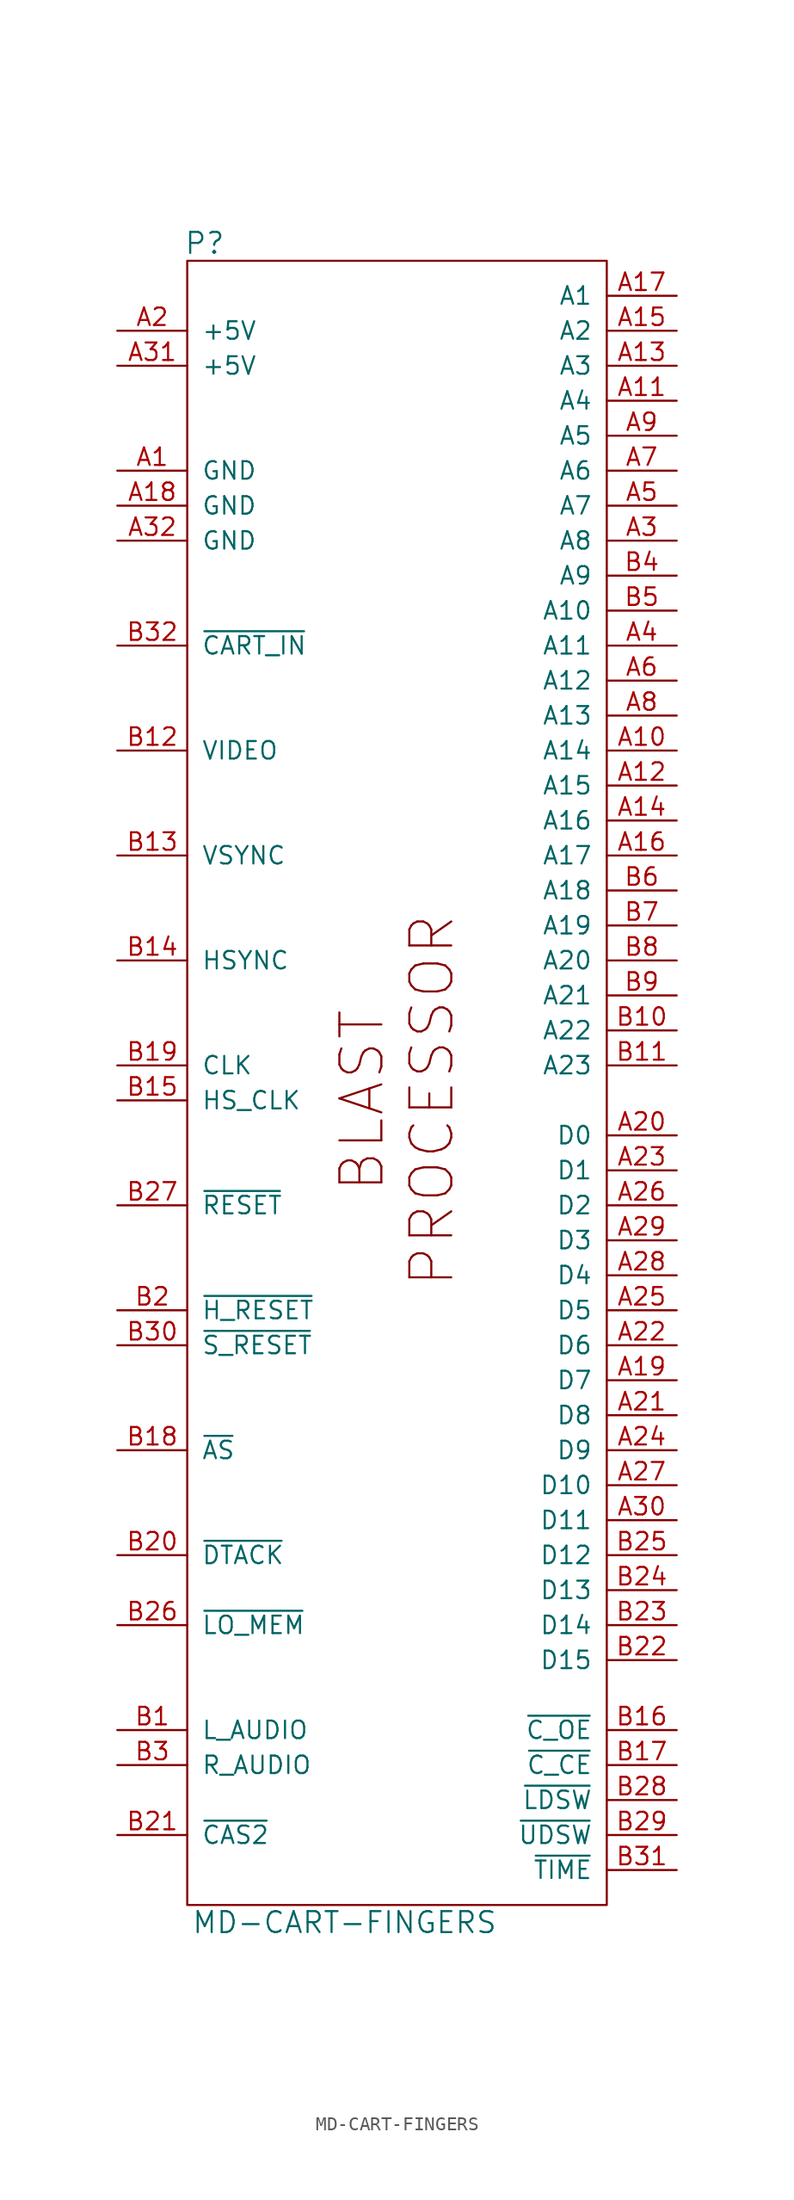
<source format=kicad_sym>
(kicad_symbol_lib
  (version 20241209)
  (generator "kicad_symbol_editor")
  (generator_version "9.0")
  (symbol "MD-CART-FINGERS"
    (pin_names
      (offset 1.016))
    (property "Reference" "P"
      (at -13.97 62.23 0)
      (effects (font (size 1.524 1.524))))
    (property "Value" "MD-CART-FINGERS"
      (at -3.81 -59.69 0)
      (effects (font (size 1.524 1.524))))
    (property "Footprint" ""
      (at -11.43 -17.78 0)
      (effects (font (size 1.524 1.524))))
    (property "Datasheet" ""
      (at -11.43 -17.78 0)
      (effects (font (size 1.524 1.524))))
    (symbol "MD-CART-FINGERS_0_0"
      (text "BLAST" (at -2.54 0 900) (effects (font (size 3.048 3.048))))
      (text "PROCESSOR" (at 2.54 0 900) (effects (font (size 3.048 3.048)))))
    (symbol "MD-CART-FINGERS_0_1"
      (rectangle (start -15.24 60.96) (end 15.24 -58.42) (stroke (width 0) (type default)) (fill (type none))))
    (symbol "MD-CART-FINGERS_1_1"
      (pin power_out line (at -20.32 55.88 0) (length 5.08) (name "+5V" (effects (font (size 1.27 1.27)))) (number "A2" (effects (font (size 1.27 1.27)))))
      (pin power_out line (at -20.32 53.34 0) (length 5.08) (name "+5V" (effects (font (size 1.27 1.27)))) (number "A31" (effects (font (size 1.27 1.27)))))
      (pin power_out line (at -20.32 45.72 0) (length 5.08) (name "GND" (effects (font (size 1.27 1.27)))) (number "A1" (effects (font (size 1.27 1.27)))))
      (pin power_out line (at -20.32 43.18 0) (length 5.08) (name "GND" (effects (font (size 1.27 1.27)))) (number "A18" (effects (font (size 1.27 1.27)))))
      (pin power_out line (at -20.32 40.64 0) (length 5.08) (name "GND" (effects (font (size 1.27 1.27)))) (number "A32" (effects (font (size 1.27 1.27)))))
      (pin input line (at -20.32 33.02 0) (length 5.08) (name "~{CART_IN}" (effects (font (size 1.27 1.27)))) (number "B32" (effects (font (size 1.27 1.27)))))
      (pin passive line (at -20.32 25.4 0) (length 5.08) (name "VIDEO" (effects (font (size 1.27 1.27)))) (number "B12" (effects (font (size 1.27 1.27)))))
      (pin output line (at -20.32 17.78 0) (length 5.08) (name "VSYNC" (effects (font (size 1.27 1.27)))) (number "B13" (effects (font (size 1.27 1.27)))))
      (pin output line (at -20.32 10.16 0) (length 5.08) (name "HSYNC" (effects (font (size 1.27 1.27)))) (number "B14" (effects (font (size 1.27 1.27)))))
      (pin output line (at -20.32 2.54 0) (length 5.08) (name "CLK" (effects (font (size 1.27 1.27)))) (number "B19" (effects (font (size 1.27 1.27)))))
      (pin output line (at -20.32 0 0) (length 5.08) (name "HS_CLK" (effects (font (size 1.27 1.27)))) (number "B15" (effects (font (size 1.27 1.27)))))
      (pin output line (at -20.32 -7.62 0) (length 5.08) (name "~{RESET}" (effects (font (size 1.27 1.27)))) (number "B27" (effects (font (size 1.27 1.27)))))
      (pin input line (at -20.32 -15.24 0) (length 5.08) (name "~{H_RESET}" (effects (font (size 1.27 1.27)))) (number "B2" (effects (font (size 1.27 1.27)))))
      (pin input line (at -20.32 -17.78 0) (length 5.08) (name "~{S_RESET}" (effects (font (size 1.27 1.27)))) (number "B30" (effects (font (size 1.27 1.27)))))
      (pin output line (at -20.32 -25.4 0) (length 5.08) (name "~{AS}" (effects (font (size 1.27 1.27)))) (number "B18" (effects (font (size 1.27 1.27)))))
      (pin input line (at -20.32 -33.02 0) (length 5.08) (name "~{DTACK}" (effects (font (size 1.27 1.27)))) (number "B20" (effects (font (size 1.27 1.27)))))
      (pin output line (at -20.32 -38.1 0) (length 5.08) (name "~{LO_MEM}" (effects (font (size 1.27 1.27)))) (number "B26" (effects (font (size 1.27 1.27)))))
      (pin passive line (at -20.32 -45.72 0) (length 5.08) (name "L_AUDIO" (effects (font (size 1.27 1.27)))) (number "B1" (effects (font (size 1.27 1.27)))))
      (pin passive line (at -20.32 -48.26 0) (length 5.08) (name "R_AUDIO" (effects (font (size 1.27 1.27)))) (number "B3" (effects (font (size 1.27 1.27)))))
      (pin output line (at -20.32 -53.34 0) (length 5.08) (name "~{CAS2}" (effects (font (size 1.27 1.27)))) (number "B21" (effects (font (size 1.27 1.27)))))
      (pin output line (at 20.32 58.42 180) (length 5.08) (name "A1" (effects (font (size 1.27 1.27)))) (number "A17" (effects (font (size 1.27 1.27)))))
      (pin output line (at 20.32 55.88 180) (length 5.08) (name "A2" (effects (font (size 1.27 1.27)))) (number "A15" (effects (font (size 1.27 1.27)))))
      (pin output line (at 20.32 53.34 180) (length 5.08) (name "A3" (effects (font (size 1.27 1.27)))) (number "A13" (effects (font (size 1.27 1.27)))))
      (pin output line (at 20.32 50.8 180) (length 5.08) (name "A4" (effects (font (size 1.27 1.27)))) (number "A11" (effects (font (size 1.27 1.27)))))
      (pin output line (at 20.32 48.26 180) (length 5.08) (name "A5" (effects (font (size 1.27 1.27)))) (number "A9" (effects (font (size 1.27 1.27)))))
      (pin output line (at 20.32 45.72 180) (length 5.08) (name "A6" (effects (font (size 1.27 1.27)))) (number "A7" (effects (font (size 1.27 1.27)))))
      (pin output line (at 20.32 43.18 180) (length 5.08) (name "A7" (effects (font (size 1.27 1.27)))) (number "A5" (effects (font (size 1.27 1.27)))))
      (pin output line (at 20.32 40.64 180) (length 5.08) (name "A8" (effects (font (size 1.27 1.27)))) (number "A3" (effects (font (size 1.27 1.27)))))
      (pin output line (at 20.32 38.1 180) (length 5.08) (name "A9" (effects (font (size 1.27 1.27)))) (number "B4" (effects (font (size 1.27 1.27)))))
      (pin output line (at 20.32 35.56 180) (length 5.08) (name "A10" (effects (font (size 1.27 1.27)))) (number "B5" (effects (font (size 1.27 1.27)))))
      (pin output line (at 20.32 33.02 180) (length 5.08) (name "A11" (effects (font (size 1.27 1.27)))) (number "A4" (effects (font (size 1.27 1.27)))))
      (pin output line (at 20.32 30.48 180) (length 5.08) (name "A12" (effects (font (size 1.27 1.27)))) (number "A6" (effects (font (size 1.27 1.27)))))
      (pin output line (at 20.32 27.94 180) (length 5.08) (name "A13" (effects (font (size 1.27 1.27)))) (number "A8" (effects (font (size 1.27 1.27)))))
      (pin output line (at 20.32 25.4 180) (length 5.08) (name "A14" (effects (font (size 1.27 1.27)))) (number "A10" (effects (font (size 1.27 1.27)))))
      (pin output line (at 20.32 22.86 180) (length 5.08) (name "A15" (effects (font (size 1.27 1.27)))) (number "A12" (effects (font (size 1.27 1.27)))))
      (pin output line (at 20.32 20.32 180) (length 5.08) (name "A16" (effects (font (size 1.27 1.27)))) (number "A14" (effects (font (size 1.27 1.27)))))
      (pin output line (at 20.32 17.78 180) (length 5.08) (name "A17" (effects (font (size 1.27 1.27)))) (number "A16" (effects (font (size 1.27 1.27)))))
      (pin output line (at 20.32 15.24 180) (length 5.08) (name "A18" (effects (font (size 1.27 1.27)))) (number "B6" (effects (font (size 1.27 1.27)))))
      (pin output line (at 20.32 12.7 180) (length 5.08) (name "A19" (effects (font (size 1.27 1.27)))) (number "B7" (effects (font (size 1.27 1.27)))))
      (pin output line (at 20.32 10.16 180) (length 5.08) (name "A20" (effects (font (size 1.27 1.27)))) (number "B8" (effects (font (size 1.27 1.27)))))
      (pin output line (at 20.32 7.62 180) (length 5.08) (name "A21" (effects (font (size 1.27 1.27)))) (number "B9" (effects (font (size 1.27 1.27)))))
      (pin output line (at 20.32 5.08 180) (length 5.08) (name "A22" (effects (font (size 1.27 1.27)))) (number "B10" (effects (font (size 1.27 1.27)))))
      (pin output line (at 20.32 2.54 180) (length 5.08) (name "A23" (effects (font (size 1.27 1.27)))) (number "B11" (effects (font (size 1.27 1.27)))))
      (pin tri_state line (at 20.32 -2.54 180) (length 5.08) (name "D0" (effects (font (size 1.27 1.27)))) (number "A20" (effects (font (size 1.27 1.27)))))
      (pin tri_state line (at 20.32 -5.08 180) (length 5.08) (name "D1" (effects (font (size 1.27 1.27)))) (number "A23" (effects (font (size 1.27 1.27)))))
      (pin tri_state line (at 20.32 -7.62 180) (length 5.08) (name "D2" (effects (font (size 1.27 1.27)))) (number "A26" (effects (font (size 1.27 1.27)))))
      (pin tri_state line (at 20.32 -10.16 180) (length 5.08) (name "D3" (effects (font (size 1.27 1.27)))) (number "A29" (effects (font (size 1.27 1.27)))))
      (pin tri_state line (at 20.32 -12.7 180) (length 5.08) (name "D4" (effects (font (size 1.27 1.27)))) (number "A28" (effects (font (size 1.27 1.27)))))
      (pin tri_state line (at 20.32 -15.24 180) (length 5.08) (name "D5" (effects (font (size 1.27 1.27)))) (number "A25" (effects (font (size 1.27 1.27)))))
      (pin tri_state line (at 20.32 -17.78 180) (length 5.08) (name "D6" (effects (font (size 1.27 1.27)))) (number "A22" (effects (font (size 1.27 1.27)))))
      (pin tri_state line (at 20.32 -20.32 180) (length 5.08) (name "D7" (effects (font (size 1.27 1.27)))) (number "A19" (effects (font (size 1.27 1.27)))))
      (pin tri_state line (at 20.32 -22.86 180) (length 5.08) (name "D8" (effects (font (size 1.27 1.27)))) (number "A21" (effects (font (size 1.27 1.27)))))
      (pin tri_state line (at 20.32 -25.4 180) (length 5.08) (name "D9" (effects (font (size 1.27 1.27)))) (number "A24" (effects (font (size 1.27 1.27)))))
      (pin tri_state line (at 20.32 -27.94 180) (length 5.08) (name "D10" (effects (font (size 1.27 1.27)))) (number "A27" (effects (font (size 1.27 1.27)))))
      (pin tri_state line (at 20.32 -30.48 180) (length 5.08) (name "D11" (effects (font (size 1.27 1.27)))) (number "A30" (effects (font (size 1.27 1.27)))))
      (pin tri_state line (at 20.32 -33.02 180) (length 5.08) (name "D12" (effects (font (size 1.27 1.27)))) (number "B25" (effects (font (size 1.27 1.27)))))
      (pin tri_state line (at 20.32 -35.56 180) (length 5.08) (name "D13" (effects (font (size 1.27 1.27)))) (number "B24" (effects (font (size 1.27 1.27)))))
      (pin tri_state line (at 20.32 -38.1 180) (length 5.08) (name "D14" (effects (font (size 1.27 1.27)))) (number "B23" (effects (font (size 1.27 1.27)))))
      (pin tri_state line (at 20.32 -40.64 180) (length 5.08) (name "D15" (effects (font (size 1.27 1.27)))) (number "B22" (effects (font (size 1.27 1.27)))))
      (pin output line (at 20.32 -45.72 180) (length 5.08) (name "~{C_OE}" (effects (font (size 1.27 1.27)))) (number "B16" (effects (font (size 1.27 1.27)))))
      (pin output line (at 20.32 -48.26 180) (length 5.08) (name "~{C_CE}" (effects (font (size 1.27 1.27)))) (number "B17" (effects (font (size 1.27 1.27)))))
      (pin output line (at 20.32 -50.8 180) (length 5.08) (name "~{LDSW}" (effects (font (size 1.27 1.27)))) (number "B28" (effects (font (size 1.27 1.27)))))
      (pin output line (at 20.32 -53.34 180) (length 5.08) (name "~{UDSW}" (effects (font (size 1.27 1.27)))) (number "B29" (effects (font (size 1.27 1.27)))))
      (pin output line (at 20.32 -55.88 180) (length 5.08) (name "~{TIME}" (effects (font (size 1.27 1.27)))) (number "B31" (effects (font (size 1.27 1.27))))))))
</source>
